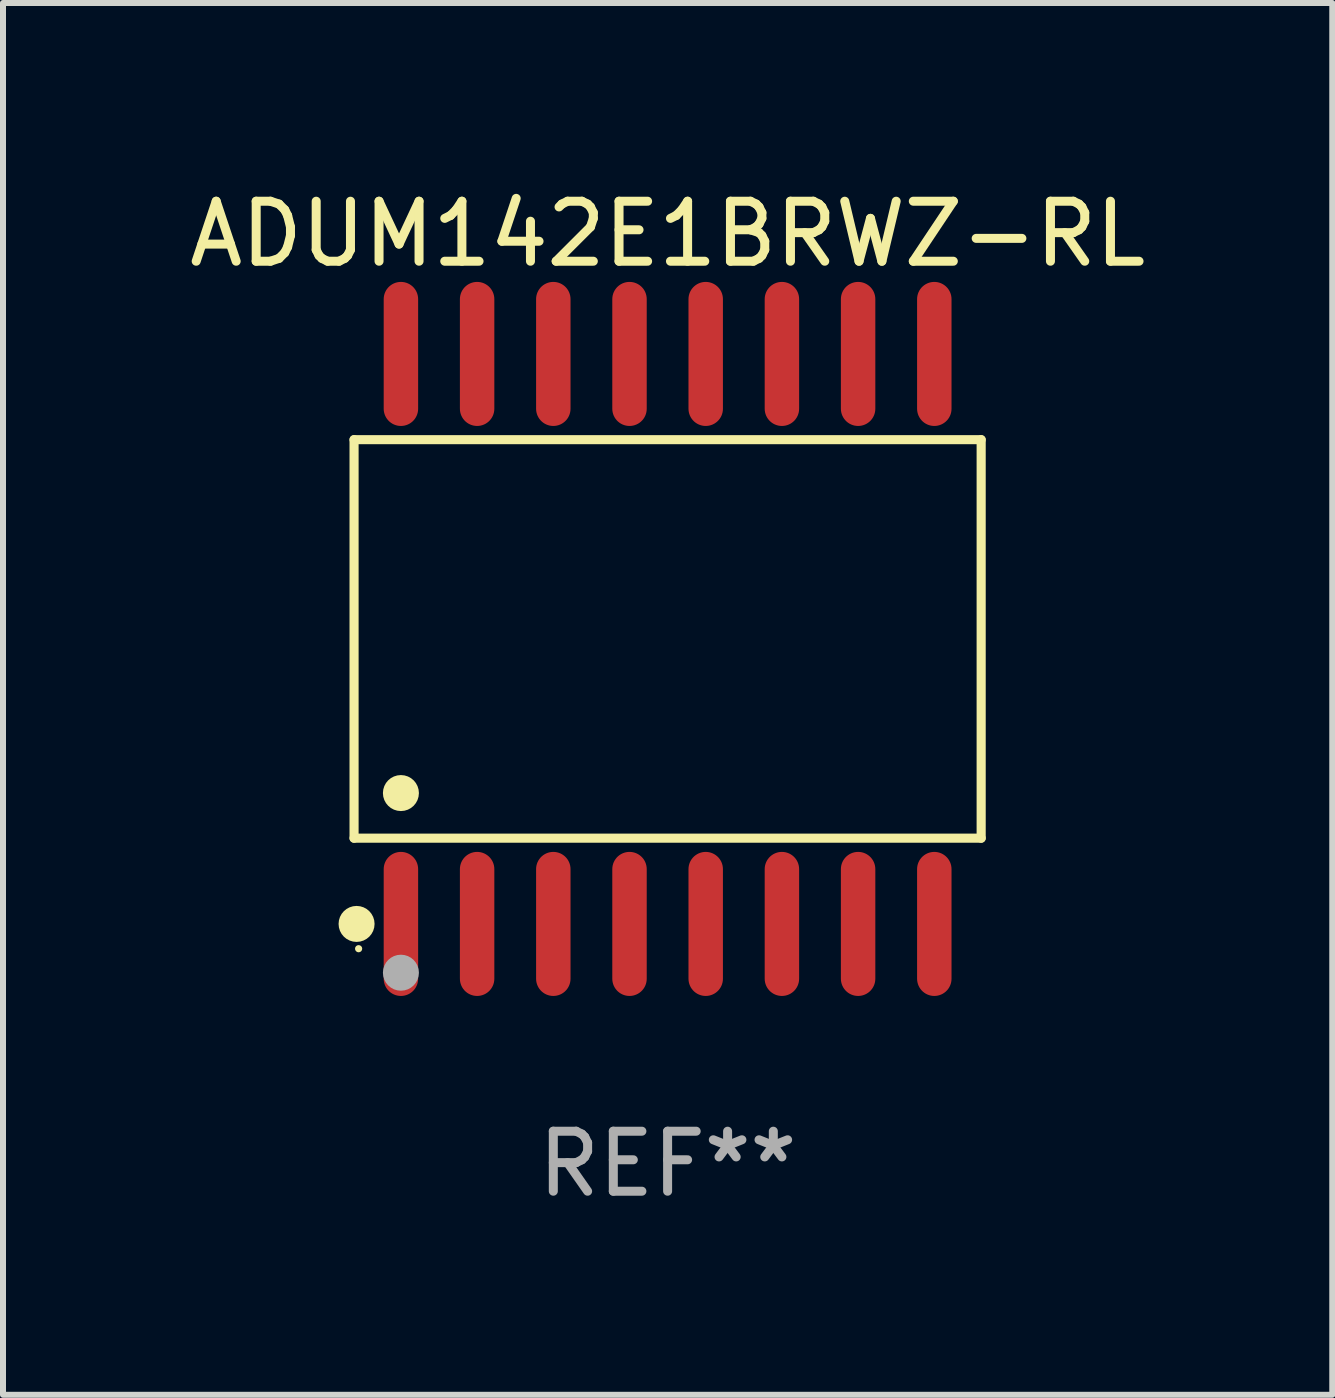
<source format=kicad_pcb>
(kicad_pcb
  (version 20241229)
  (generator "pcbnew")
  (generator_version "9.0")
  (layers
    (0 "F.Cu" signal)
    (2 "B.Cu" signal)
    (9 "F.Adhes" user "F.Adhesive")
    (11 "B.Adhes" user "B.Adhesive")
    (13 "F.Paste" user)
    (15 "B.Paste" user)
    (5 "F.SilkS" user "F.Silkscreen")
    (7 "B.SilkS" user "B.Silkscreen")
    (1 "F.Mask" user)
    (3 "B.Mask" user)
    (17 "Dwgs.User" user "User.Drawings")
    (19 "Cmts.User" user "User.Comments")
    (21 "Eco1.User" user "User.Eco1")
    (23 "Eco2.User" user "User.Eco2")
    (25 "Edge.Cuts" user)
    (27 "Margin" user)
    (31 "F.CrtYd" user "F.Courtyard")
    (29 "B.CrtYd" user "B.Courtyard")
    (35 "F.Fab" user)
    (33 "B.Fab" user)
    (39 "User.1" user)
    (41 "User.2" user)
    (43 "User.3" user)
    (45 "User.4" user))
  (footprint "ADUM142E1BRWZ-RL"
    (layer "F.Cu")
    (at 8.077 7.599)
    (property "Reference" "ADUM142E1BRWZ-RL" (at 0 -6.75 0) (layer "F.SilkS") (effects (font (size 1 1) (thickness 0.15))))
    (attr through_hole)
    (fp_line (start -5.226 -3.321) (end 5.226 -3.321) (stroke (width 0.152) (type solid)) (layer "F.SilkS"))
    (fp_line (start -5.226 3.321) (end -5.226 -3.321) (stroke (width 0.152) (type solid)) (layer "F.SilkS"))
    (fp_line (start 5.226 -3.321) (end 5.226 3.321) (stroke (width 0.152) (type solid)) (layer "F.SilkS"))
    (fp_line (start 5.226 3.321) (end -5.226 3.321) (stroke (width 0.152) (type solid)) (layer "F.SilkS"))
    (fp_circle (center -5.184 4.75) (end -5.034 4.75) (stroke (width 0.3) (type solid)) (fill no) (layer "F.SilkS"))
    (fp_circle (center -5.15 5.163) (end -5.12 5.163) (stroke (width 0.06) (type solid)) (fill no) (layer "F.SilkS"))
    (fp_circle (center -4.445 2.569) (end -4.295 2.569) (stroke (width 0.3) (type solid)) (fill no) (layer "F.SilkS"))
    (fp_circle (center -4.445 5.563) (end -4.295 5.563) (stroke (width 0.3) (type solid)) (fill no) (layer "F.Fab"))
    (fp_text user "REF**" (at 0 8.75 0) (layer "F.Fab") (effects (font (size 1 1) (thickness 0.15))))
    (pad "1" smd oval (at -4.445 4.75) (size 0.574 2.401) (layers "F.Cu" "F.Mask" "F.Paste"))
    (pad "2" smd oval (at -3.175 4.75) (size 0.574 2.401) (layers "F.Cu" "F.Mask" "F.Paste"))
    (pad "3" smd oval (at -1.905 4.75) (size 0.574 2.401) (layers "F.Cu" "F.Mask" "F.Paste"))
    (pad "4" smd oval (at -0.635 4.75) (size 0.574 2.401) (layers "F.Cu" "F.Mask" "F.Paste"))
    (pad "5" smd oval (at 0.635 4.75) (size 0.574 2.401) (layers "F.Cu" "F.Mask" "F.Paste"))
    (pad "6" smd oval (at 1.905 4.75) (size 0.574 2.401) (layers "F.Cu" "F.Mask" "F.Paste"))
    (pad "7" smd oval (at 3.175 4.75) (size 0.574 2.401) (layers "F.Cu" "F.Mask" "F.Paste"))
    (pad "8" smd oval (at 4.445 4.75) (size 0.574 2.401) (layers "F.Cu" "F.Mask" "F.Paste"))
    (pad "9" smd oval (at 4.445 -4.75) (size 0.574 2.401) (layers "F.Cu" "F.Mask" "F.Paste"))
    (pad "10" smd oval (at 3.175 -4.75) (size 0.574 2.401) (layers "F.Cu" "F.Mask" "F.Paste"))
    (pad "11" smd oval (at 1.905 -4.75) (size 0.574 2.401) (layers "F.Cu" "F.Mask" "F.Paste"))
    (pad "12" smd oval (at 0.635 -4.75) (size 0.574 2.401) (layers "F.Cu" "F.Mask" "F.Paste"))
    (pad "13" smd oval (at -0.635 -4.75) (size 0.574 2.401) (layers "F.Cu" "F.Mask" "F.Paste"))
    (pad "14" smd oval (at -1.905 -4.75) (size 0.574 2.401) (layers "F.Cu" "F.Mask" "F.Paste"))
    (pad "15" smd oval (at -3.175 -4.75) (size 0.574 2.401) (layers "F.Cu" "F.Mask" "F.Paste"))
    (pad "16" smd oval (at -4.445 -4.75) (size 0.574 2.401) (layers "F.Cu" "F.Mask" "F.Paste")))
  (gr_rect
    (start -3 -3)
    (end 19.155 20.197)
    (stroke (width 0.1) (type default))
    (fill no)
    (layer "Edge.Cuts")))
</source>
